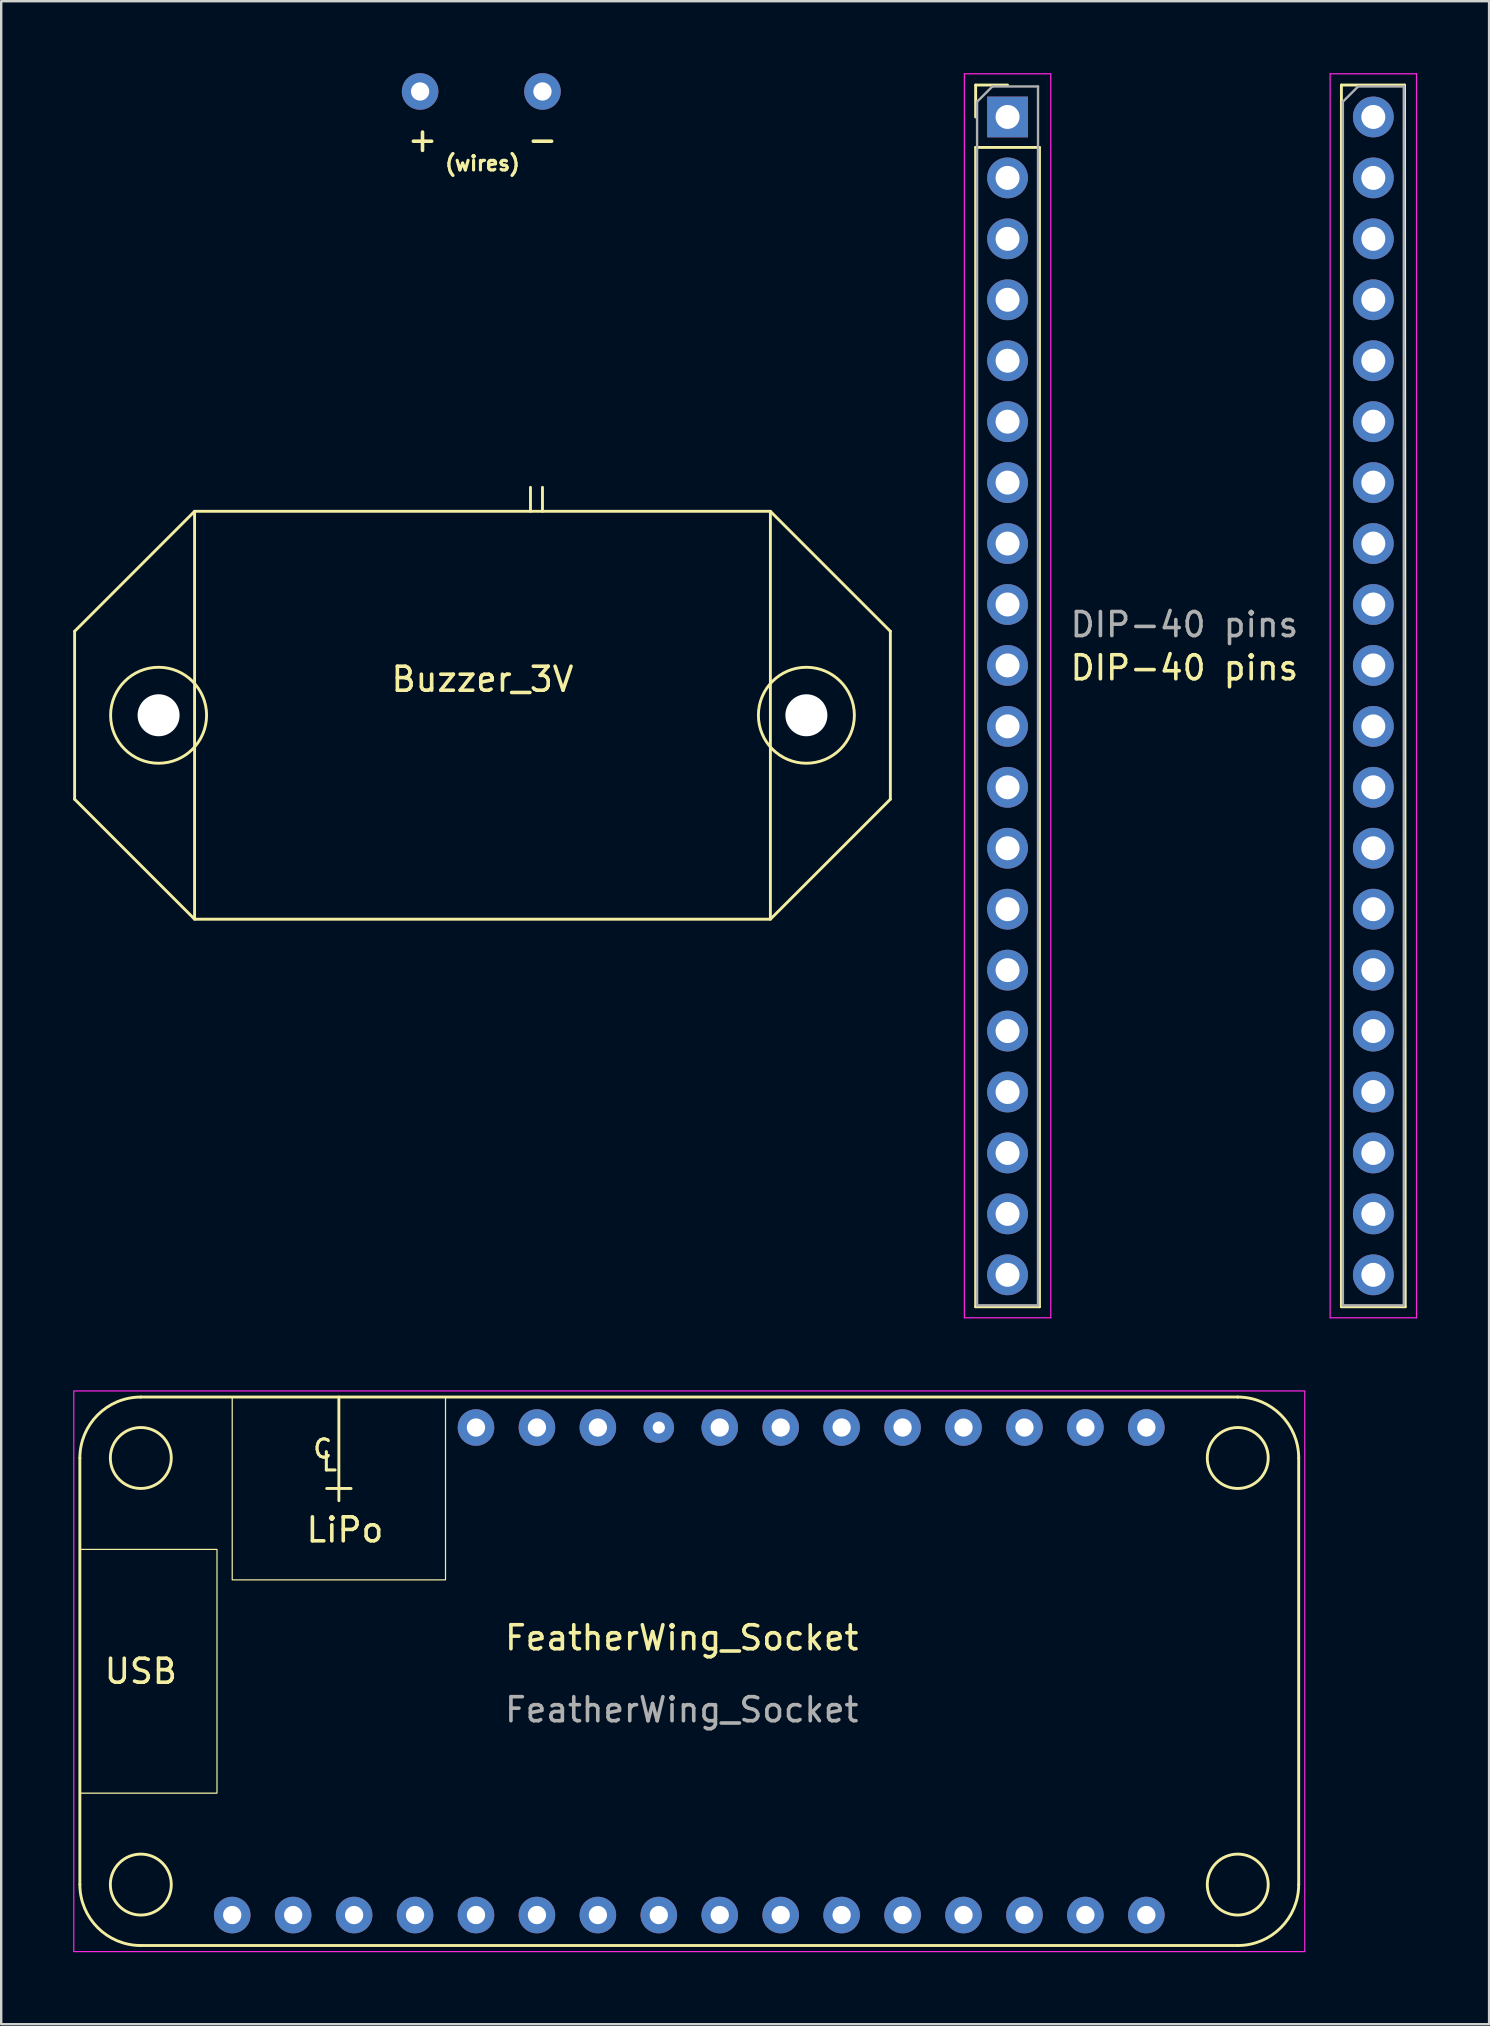
<source format=kicad_pcb>
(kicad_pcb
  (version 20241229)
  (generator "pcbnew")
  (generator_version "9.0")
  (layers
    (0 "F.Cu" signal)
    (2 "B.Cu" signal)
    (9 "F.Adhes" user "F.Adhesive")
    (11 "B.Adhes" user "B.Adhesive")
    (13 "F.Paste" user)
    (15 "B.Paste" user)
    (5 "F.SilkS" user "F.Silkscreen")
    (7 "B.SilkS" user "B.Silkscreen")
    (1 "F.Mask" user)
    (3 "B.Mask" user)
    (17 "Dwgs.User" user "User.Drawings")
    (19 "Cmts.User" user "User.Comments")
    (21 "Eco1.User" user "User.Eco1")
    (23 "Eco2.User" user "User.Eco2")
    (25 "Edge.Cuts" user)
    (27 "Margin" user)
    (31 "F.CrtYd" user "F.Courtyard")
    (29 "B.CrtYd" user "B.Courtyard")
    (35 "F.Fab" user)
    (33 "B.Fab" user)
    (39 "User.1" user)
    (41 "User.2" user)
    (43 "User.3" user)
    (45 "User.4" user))
  (footprint "Buzzer_3V"
    (layer "F.Cu")
    (at 17.06 26.762)
    (property "Reference" "Buzzer_3V" (at 0 -1.5 0) (unlocked yes) (layer "F.SilkS") (effects (font (size 1 1) (thickness 0.15))))
    (fp_line (start -17 -3.5) (end -17 3.5) (stroke (width 0.12) (type solid)) (layer "F.SilkS"))
    (fp_line (start -17 -3.5) (end -12 -8.5) (stroke (width 0.12) (type solid)) (layer "F.SilkS"))
    (fp_line (start -17 3.5) (end -12 8.5) (stroke (width 0.12) (type solid)) (layer "F.SilkS"))
    (fp_line (start 2 -8.5) (end 2 -9.5) (stroke (width 0.12) (type solid)) (layer "F.SilkS"))
    (fp_line (start 2.5 -8.5) (end 2.5 -9.5) (stroke (width 0.12) (type solid)) (layer "F.SilkS"))
    (fp_line (start 17 -3.5) (end 12 -8.5) (stroke (width 0.12) (type solid)) (layer "F.SilkS"))
    (fp_line (start 17 -3.5) (end 17 3.5) (stroke (width 0.12) (type solid)) (layer "F.SilkS"))
    (fp_line (start 17 3.5) (end 12 8.5) (stroke (width 0.12) (type solid)) (layer "F.SilkS"))
    (fp_rect (start -12 -8.5) (end 12 8.5) (stroke (width 0.12) (type solid)) (fill no) (layer "F.SilkS"))
    (fp_circle (center -13.5 0) (end -11.5 0) (stroke (width 0.12) (type solid)) (fill no) (layer "F.SilkS"))
    (fp_circle (center 13.5 0) (end 15.5 0) (stroke (width 0.12) (type solid)) (fill no) (layer "F.SilkS"))
    (fp_text user "+" (at -2.5 -24 0) (unlocked yes) (layer "F.SilkS") (effects (font (size 1 1) (thickness 0.15))))
    (fp_text user "(wires)" (at 0 -23 0) (unlocked yes) (layer "F.SilkS") (effects (font (size 0.6 0.6) (thickness 0.13))))
    (fp_text user "-" (at 2.5 -24 0) (unlocked yes) (layer "F.SilkS") (effects (font (size 1 1) (thickness 0.15))))
    (pad "" np_thru_hole circle (at -13.5 0) (size 1.75 1.75) (drill 1.75) (layers "*.Cu" "*.Mask"))
    (pad "" np_thru_hole circle (at 13.5 0) (size 1.75 1.75) (drill 1.75) (layers "*.Cu" "*.Mask"))
    (pad "1" thru_hole circle (at -2.6 -26) (size 1.524 1.524) (drill 0.762) (layers "*.Cu" "*.Mask"))
    (pad "2" thru_hole circle (at 2.5 -26) (size 1.524 1.524) (drill 0.762) (layers "*.Cu" "*.Mask")))
  (footprint "DIP-40 pins"
    (layer "F.Cu")
    (at 46.615 24.685)
    (property "Reference" "DIP-40 pins" (at -0.3 0.1 0) (unlocked yes) (layer "F.SilkS") (effects (font (size 1 1) (thickness 0.15))))
    (fp_line (start -9 -24.19) (end -7.67 -24.19) (stroke (width 0.12) (type solid)) (layer "F.SilkS"))
    (fp_line (start -9 -22.86) (end -9 -24.19) (stroke (width 0.12) (type solid)) (layer "F.SilkS"))
    (fp_line (start -9 -21.59) (end -9 26.73) (stroke (width 0.12) (type solid)) (layer "F.SilkS"))
    (fp_line (start -9 -21.59) (end -6.34 -21.59) (stroke (width 0.12) (type solid)) (layer "F.SilkS"))
    (fp_line (start -9 26.73) (end -6.34 26.73) (stroke (width 0.12) (type solid)) (layer "F.SilkS"))
    (fp_line (start -6.34 -21.59) (end -6.34 26.73) (stroke (width 0.12) (type solid)) (layer "F.SilkS"))
    (fp_line (start 6.245 -24.19) (end 8.875 -24.19) (stroke (width 0.12) (type solid)) (layer "F.SilkS"))
    (fp_line (start 6.245 -22.86) (end 6.245 -24.19) (stroke (width 0.12) (type solid)) (layer "F.SilkS"))
    (fp_line (start 6.245 -22.86) (end 6.245 26.73) (stroke (width 0.12) (type solid)) (layer "F.SilkS"))
    (fp_line (start 6.245 26.73) (end 8.905 26.73) (stroke (width 0.12) (type solid)) (layer "F.SilkS"))
    (fp_line (start 8.875 -24.19) (end 8.905 26.73) (stroke (width 0.12) (type solid)) (layer "F.SilkS"))
    (fp_line (start -9.47 -24.66) (end -9.47 27.19) (stroke (width 0.05) (type solid)) (layer "F.CrtYd"))
    (fp_line (start -9.47 27.19) (end -5.87 27.19) (stroke (width 0.05) (type solid)) (layer "F.CrtYd"))
    (fp_line (start -5.87 -24.66) (end -9.47 -24.66) (stroke (width 0.05) (type solid)) (layer "F.CrtYd"))
    (fp_line (start -5.87 27.19) (end -5.87 -24.66) (stroke (width 0.05) (type solid)) (layer "F.CrtYd"))
    (fp_line (start 5.775 -24.66) (end 5.775 27.19) (stroke (width 0.05) (type solid)) (layer "F.CrtYd"))
    (fp_line (start 5.775 27.19) (end 9.375 27.19) (stroke (width 0.05) (type solid)) (layer "F.CrtYd"))
    (fp_line (start 9.375 -24.66) (end 5.775 -24.66) (stroke (width 0.05) (type solid)) (layer "F.CrtYd"))
    (fp_line (start 9.375 27.19) (end 9.375 -24.66) (stroke (width 0.05) (type solid)) (layer "F.CrtYd"))
    (fp_line (start -8.94 -23.495) (end -8.305 -24.13) (stroke (width 0.1) (type solid)) (layer "F.Fab"))
    (fp_line (start -8.94 26.67) (end -8.94 -23.495) (stroke (width 0.1) (type solid)) (layer "F.Fab"))
    (fp_line (start -8.305 -24.13) (end -6.4 -24.13) (stroke (width 0.1) (type solid)) (layer "F.Fab"))
    (fp_line (start -6.4 -24.13) (end -6.4 26.67) (stroke (width 0.1) (type solid)) (layer "F.Fab"))
    (fp_line (start -6.4 26.67) (end -8.94 26.67) (stroke (width 0.1) (type solid)) (layer "F.Fab"))
    (fp_line (start 6.305 -23.495) (end 6.94 -24.13) (stroke (width 0.1) (type solid)) (layer "F.Fab"))
    (fp_line (start 6.305 26.67) (end 6.305 -23.495) (stroke (width 0.1) (type solid)) (layer "F.Fab"))
    (fp_line (start 6.94 -24.13) (end 8.845 -24.13) (stroke (width 0.1) (type solid)) (layer "F.Fab"))
    (fp_line (start 8.845 -24.13) (end 8.845 26.67) (stroke (width 0.1) (type solid)) (layer "F.Fab"))
    (fp_line (start 8.845 26.67) (end 6.305 26.67) (stroke (width 0.1) (type solid)) (layer "F.Fab"))
    (fp_text user "${REFERENCE}" (at -0.3 -1.7 0) (layer "F.Fab") (effects (font (size 1 1) (thickness 0.15))))
    (pad "1" thru_hole rect (at -7.67 -22.86) (size 1.7 1.7) (drill 1) (layers "*.Cu" "*.Mask"))
    (pad "2" thru_hole oval (at -7.67 -20.32) (size 1.7 1.7) (drill 1) (layers "*.Cu" "*.Mask"))
    (pad "3" thru_hole oval (at -7.67 -17.78) (size 1.7 1.7) (drill 1) (layers "*.Cu" "*.Mask"))
    (pad "4" thru_hole oval (at -7.67 -15.24) (size 1.7 1.7) (drill 1) (layers "*.Cu" "*.Mask"))
    (pad "5" thru_hole oval (at -7.67 -12.7) (size 1.7 1.7) (drill 1) (layers "*.Cu" "*.Mask"))
    (pad "6" thru_hole oval (at -7.67 -10.16) (size 1.7 1.7) (drill 1) (layers "*.Cu" "*.Mask"))
    (pad "7" thru_hole oval (at -7.67 -7.62) (size 1.7 1.7) (drill 1) (layers "*.Cu" "*.Mask"))
    (pad "8" thru_hole oval (at -7.67 -5.08) (size 1.7 1.7) (drill 1) (layers "*.Cu" "*.Mask"))
    (pad "9" thru_hole oval (at -7.67 -2.54) (size 1.7 1.7) (drill 1) (layers "*.Cu" "*.Mask"))
    (pad "10" thru_hole oval (at -7.67 0) (size 1.7 1.7) (drill 1) (layers "*.Cu" "*.Mask"))
    (pad "11" thru_hole oval (at -7.67 2.54) (size 1.7 1.7) (drill 1) (layers "*.Cu" "*.Mask"))
    (pad "12" thru_hole oval (at -7.67 5.08) (size 1.7 1.7) (drill 1) (layers "*.Cu" "*.Mask"))
    (pad "13" thru_hole oval (at -7.67 7.62) (size 1.7 1.7) (drill 1) (layers "*.Cu" "*.Mask"))
    (pad "14" thru_hole oval (at -7.67 10.16) (size 1.7 1.7) (drill 1) (layers "*.Cu" "*.Mask"))
    (pad "15" thru_hole oval (at -7.67 12.7) (size 1.7 1.7) (drill 1) (layers "*.Cu" "*.Mask"))
    (pad "16" thru_hole oval (at -7.67 15.24) (size 1.7 1.7) (drill 1) (layers "*.Cu" "*.Mask"))
    (pad "17" thru_hole oval (at -7.67 17.78) (size 1.7 1.7) (drill 1) (layers "*.Cu" "*.Mask"))
    (pad "18" thru_hole oval (at -7.67 20.32) (size 1.7 1.7) (drill 1) (layers "*.Cu" "*.Mask"))
    (pad "19" thru_hole oval (at -7.67 22.86) (size 1.7 1.7) (drill 1) (layers "*.Cu" "*.Mask"))
    (pad "20" thru_hole oval (at -7.67 25.4) (size 1.7 1.7) (drill 1) (layers "*.Cu" "*.Mask"))
    (pad "21" thru_hole oval (at 7.575 25.4) (size 1.7 1.7) (drill 1) (layers "*.Cu" "*.Mask"))
    (pad "22" thru_hole oval (at 7.575 22.86) (size 1.7 1.7) (drill 1) (layers "*.Cu" "*.Mask"))
    (pad "23" thru_hole oval (at 7.575 20.32) (size 1.7 1.7) (drill 1) (layers "*.Cu" "*.Mask"))
    (pad "24" thru_hole oval (at 7.575 17.78) (size 1.7 1.7) (drill 1) (layers "*.Cu" "*.Mask"))
    (pad "25" thru_hole oval (at 7.575 15.24) (size 1.7 1.7) (drill 1) (layers "*.Cu" "*.Mask"))
    (pad "26" thru_hole oval (at 7.575 12.7) (size 1.7 1.7) (drill 1) (layers "*.Cu" "*.Mask"))
    (pad "27" thru_hole oval (at 7.575 10.16) (size 1.7 1.7) (drill 1) (layers "*.Cu" "*.Mask"))
    (pad "28" thru_hole oval (at 7.575 7.62) (size 1.7 1.7) (drill 1) (layers "*.Cu" "*.Mask"))
    (pad "29" thru_hole oval (at 7.575 5.08) (size 1.7 1.7) (drill 1) (layers "*.Cu" "*.Mask"))
    (pad "30" thru_hole oval (at 7.575 2.54) (size 1.7 1.7) (drill 1) (layers "*.Cu" "*.Mask"))
    (pad "31" thru_hole oval (at 7.575 0) (size 1.7 1.7) (drill 1) (layers "*.Cu" "*.Mask"))
    (pad "32" thru_hole oval (at 7.575 -2.54) (size 1.7 1.7) (drill 1) (layers "*.Cu" "*.Mask"))
    (pad "33" thru_hole oval (at 7.575 -5.08) (size 1.7 1.7) (drill 1) (layers "*.Cu" "*.Mask"))
    (pad "34" thru_hole oval (at 7.575 -7.62) (size 1.7 1.7) (drill 1) (layers "*.Cu" "*.Mask"))
    (pad "35" thru_hole oval (at 7.575 -10.16) (size 1.7 1.7) (drill 1) (layers "*.Cu" "*.Mask"))
    (pad "36" thru_hole oval (at 7.575 -12.7) (size 1.7 1.7) (drill 1) (layers "*.Cu" "*.Mask"))
    (pad "37" thru_hole oval (at 7.575 -15.24) (size 1.7 1.7) (drill 1) (layers "*.Cu" "*.Mask"))
    (pad "38" thru_hole oval (at 7.575 -17.78) (size 1.7 1.7) (drill 1) (layers "*.Cu" "*.Mask"))
    (pad "39" thru_hole oval (at 7.575 -20.32) (size 1.7 1.7) (drill 1) (layers "*.Cu" "*.Mask"))
    (pad "40" thru_hole circle (at 7.575 -22.86) (size 1.7 1.7) (drill 1) (layers "*.Cu" "*.Mask")))
  (footprint "FeatherWing_Socket"
    (layer "F.Cu")
    (at 25.679 66.609)
    (property "Reference" "FeatherWing_Socket" (at -0.314 -1.396 0) (unlocked yes) (layer "F.SilkS") (effects (font (size 1 1) (thickness 0.15))))
    (attr through_hole)
    (fp_line (start -25.4 8.89) (end -25.4 -8.89) (stroke (width 0.12) (type solid)) (layer "F.SilkS"))
    (fp_line (start -22.86 -11.43) (end 22.86 -11.43) (stroke (width 0.12) (type solid)) (layer "F.SilkS"))
    (fp_line (start -15.113 -7.62) (end -14.097 -7.62) (stroke (width 0.12) (type solid)) (layer "F.SilkS"))
    (fp_line (start -14.605 -7.112) (end -14.605 -11.43) (stroke (width 0.12) (type solid)) (layer "F.SilkS"))
    (fp_line (start 22.86 11.43) (end -22.86 11.43) (stroke (width 0.12) (type solid)) (layer "F.SilkS"))
    (fp_line (start 25.4 -8.89) (end 25.4 8.89) (stroke (width 0.12) (type solid)) (layer "F.SilkS"))
    (fp_rect (start -25.4 5.08) (end -19.685 -5.08) (stroke (width 0.05) (type solid)) (fill no) (layer "F.SilkS"))
    (fp_rect (start -19.05 -11.43) (end -10.16 -3.81) (stroke (width 0.05) (type solid)) (fill no) (layer "F.SilkS"))
    (fp_arc (start -25.4 -8.89) (mid -24.656051 -10.686051) (end -22.86 -11.43) (stroke (width 0.12) (type solid)) (layer "F.SilkS"))
    (fp_arc (start -22.86 11.43) (mid -24.656051 10.686051) (end -25.4 8.89) (stroke (width 0.12) (type solid)) (layer "F.SilkS"))
    (fp_arc (start 22.86 -11.43) (mid 24.656051 -10.686051) (end 25.4 -8.89) (stroke (width 0.12) (type solid)) (layer "F.SilkS"))
    (fp_arc (start 25.4 8.89) (mid 24.656051 10.686051) (end 22.86 11.43) (stroke (width 0.12) (type solid)) (layer "F.SilkS"))
    (fp_circle (center -22.86 -8.89) (end -21.59 -8.89) (stroke (width 0.12) (type solid)) (fill no) (layer "F.SilkS"))
    (fp_circle (center -22.86 8.89) (end -21.59 8.89) (stroke (width 0.12) (type solid)) (fill no) (layer "F.SilkS"))
    (fp_circle (center 22.86 -8.89) (end 24.13 -8.89) (stroke (width 0.12) (type solid)) (fill no) (layer "F.SilkS"))
    (fp_circle (center 22.86 8.89) (end 24.13 8.89) (stroke (width 0.12) (type solid)) (fill no) (layer "F.SilkS"))
    (fp_rect (start -25.654 11.684) (end 25.654 -11.684) (stroke (width 0.05) (type solid)) (fill no) (layer "F.CrtYd"))
    (fp_text user "LiPo" (at -14.351 -5.893 0) (unlocked yes) (layer "F.SilkS") (effects (font (size 1 1) (thickness 0.15))))
    (fp_text user "C" (at -15.279 -9.271 0) (unlocked yes) (layer "F.SilkS") (effects (font (size 0.762 0.762) (thickness 0.127))))
    (fp_text user "USB" (at -22.86 0 0) (unlocked yes) (layer "F.SilkS") (effects (font (size 1 1) (thickness 0.15))))
    (fp_text user "L" (at -15 -8.738 0) (unlocked yes) (layer "F.SilkS") (effects (font (size 0.762 0.762) (thickness 0.127))))
    (fp_text user "${REFERENCE}" (at -0.314 1.604 0) (unlocked yes) (layer "F.Fab") (effects (font (size 1 1) (thickness 0.15))))
    (pad "1" thru_hole circle (at -19.05 10.16 90) (size 1.524 1.524) (drill 0.762) (layers "*.Cu" "*.Mask"))
    (pad "2" thru_hole circle (at -16.51 10.16 90) (size 1.524 1.524) (drill 0.762) (layers "*.Cu" "*.Mask"))
    (pad "3" thru_hole circle (at -13.97 10.16 90) (size 1.524 1.524) (drill 0.762) (layers "*.Cu" "*.Mask"))
    (pad "4" thru_hole circle (at -11.43 10.16 90) (size 1.524 1.524) (drill 0.762) (layers "*.Cu" "*.Mask"))
    (pad "5" thru_hole circle (at -8.89 10.16 90) (size 1.524 1.524) (drill 0.762) (layers "*.Cu" "*.Mask"))
    (pad "6" thru_hole circle (at -6.35 10.16 90) (size 1.524 1.524) (drill 0.762) (layers "*.Cu" "*.Mask"))
    (pad "7" thru_hole circle (at -3.81 10.16 90) (size 1.524 1.524) (drill 0.762) (layers "*.Cu" "*.Mask"))
    (pad "8" thru_hole circle (at -1.27 10.16 90) (size 1.524 1.524) (drill 0.762) (layers "*.Cu" "*.Mask"))
    (pad "9" thru_hole circle (at 1.27 10.16 90) (size 1.524 1.524) (drill 0.762) (layers "*.Cu" "*.Mask"))
    (pad "10" thru_hole circle (at 3.81 10.16 90) (size 1.524 1.524) (drill 0.762) (layers "*.Cu" "*.Mask"))
    (pad "11" thru_hole circle (at 6.35 10.16 90) (size 1.524 1.524) (drill 0.762) (layers "*.Cu" "*.Mask"))
    (pad "12" thru_hole circle (at 8.89 10.16 90) (size 1.524 1.524) (drill 0.762) (layers "*.Cu" "*.Mask"))
    (pad "13" thru_hole circle (at 11.43 10.16 90) (size 1.524 1.524) (drill 0.762) (layers "*.Cu" "*.Mask"))
    (pad "14" thru_hole circle (at 13.97 10.16 90) (size 1.524 1.524) (drill 0.762) (layers "*.Cu" "*.Mask"))
    (pad "15" thru_hole circle (at 16.51 10.16 90) (size 1.524 1.524) (drill 0.762) (layers "*.Cu" "*.Mask"))
    (pad "16" thru_hole circle (at 19.05 10.16 90) (size 1.524 1.524) (drill 0.762) (layers "*.Cu" "*.Mask"))
    (pad "17" thru_hole circle (at -8.89 -10.16 90) (size 1.524 1.524) (drill 0.762) (layers "*.Cu" "*.Mask"))
    (pad "18" thru_hole circle (at -6.35 -10.16 90) (size 1.524 1.524) (drill 0.762) (layers "*.Cu" "*.Mask"))
    (pad "19" thru_hole circle (at -3.81 -10.16 90) (size 1.524 1.524) (drill 0.762) (layers "*.Cu" "*.Mask"))
    (pad "20" thru_hole circle (at -1.27 -10.16 90) (size 1.27 1.27) (drill 0.508) (layers "*.Cu" "*.Mask"))
    (pad "21" thru_hole circle (at 1.27 -10.16 90) (size 1.524 1.524) (drill 0.762) (layers "*.Cu" "*.Mask"))
    (pad "22" thru_hole circle (at 3.81 -10.16 90) (size 1.524 1.524) (drill 0.762) (layers "*.Cu" "*.Mask"))
    (pad "23" thru_hole circle (at 6.35 -10.16 90) (size 1.524 1.524) (drill 0.762) (layers "*.Cu" "*.Mask"))
    (pad "24" thru_hole circle (at 8.89 -10.16 90) (size 1.524 1.524) (drill 0.762) (layers "*.Cu" "*.Mask"))
    (pad "25" thru_hole circle (at 11.43 -10.16 180) (size 1.524 1.524) (drill 0.762) (layers "*.Cu" "*.Mask"))
    (pad "26" thru_hole circle (at 13.97 -10.16 90) (size 1.524 1.524) (drill 0.762) (layers "*.Cu" "*.Mask"))
    (pad "27" thru_hole circle (at 16.51 -10.16 90) (size 1.524 1.524) (drill 0.762) (layers "*.Cu" "*.Mask"))
    (pad "28" thru_hole circle (at 19.05 -10.16 90) (size 1.524 1.524) (drill 0.762) (layers "*.Cu" "*.Mask")))
  (gr_rect
    (start -3 -3)
    (end 59.015 81.318)
    (stroke (width 0.1) (type default))
    (fill no)
    (layer "Edge.Cuts")))
</source>
